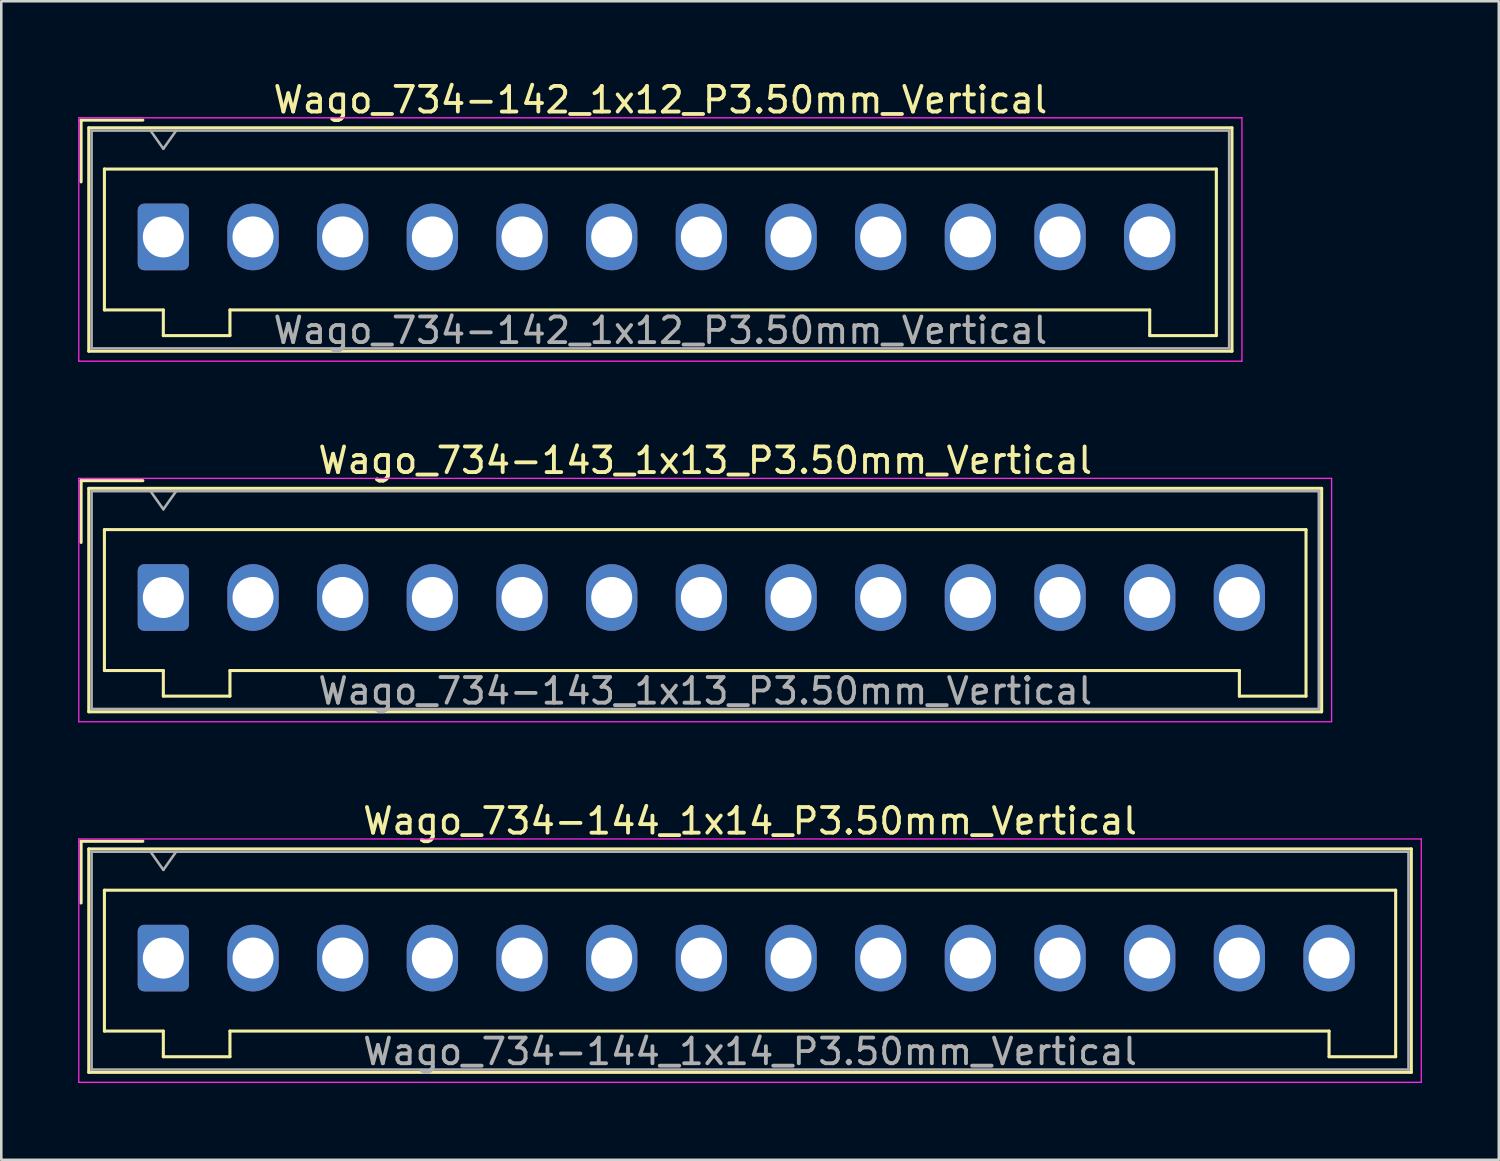
<source format=kicad_pcb>
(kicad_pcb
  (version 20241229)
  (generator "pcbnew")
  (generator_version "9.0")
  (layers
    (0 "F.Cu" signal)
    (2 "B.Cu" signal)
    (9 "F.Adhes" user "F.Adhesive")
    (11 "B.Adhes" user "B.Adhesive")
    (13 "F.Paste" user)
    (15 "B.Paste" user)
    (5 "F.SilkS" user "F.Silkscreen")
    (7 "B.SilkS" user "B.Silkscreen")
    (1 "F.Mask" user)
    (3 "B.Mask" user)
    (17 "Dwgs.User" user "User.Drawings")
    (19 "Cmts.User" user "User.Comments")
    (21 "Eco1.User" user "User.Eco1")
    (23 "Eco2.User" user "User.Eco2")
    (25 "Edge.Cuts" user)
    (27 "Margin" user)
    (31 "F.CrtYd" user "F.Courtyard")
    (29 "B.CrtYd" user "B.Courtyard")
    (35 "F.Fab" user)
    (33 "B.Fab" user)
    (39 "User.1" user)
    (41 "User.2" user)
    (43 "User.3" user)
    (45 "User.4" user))
  (footprint "Wago_734-142_1x12_P3.50mm_Vertical"
    (layer "F.Cu")
    (at 3.325 6.198)
    (property "Reference" "Wago_734-142_1x12_P3.50mm_Vertical" (at 19.4 -5.35 0) (layer "F.SilkS") (effects (font (size 1 1) (thickness 0.15))))
    (attr through_hole)
    (fp_line (start -3.21 -4.56) (end -0.8 -4.56) (stroke (width 0.12) (type solid)) (layer "F.SilkS"))
    (fp_line (start -3.21 -2.15) (end -3.21 -4.56) (stroke (width 0.12) (type solid)) (layer "F.SilkS"))
    (fp_line (start -2.91 -4.26) (end -2.91 4.46) (stroke (width 0.12) (type solid)) (layer "F.SilkS"))
    (fp_line (start -2.91 4.46) (end 41.71 4.46) (stroke (width 0.12) (type solid)) (layer "F.SilkS"))
    (fp_line (start -2.3 -2.65) (end -2.3 2.85) (stroke (width 0.12) (type solid)) (layer "F.SilkS"))
    (fp_line (start -2.3 2.85) (end 0 2.85) (stroke (width 0.12) (type solid)) (layer "F.SilkS"))
    (fp_line (start 0 2.85) (end 0 3.85) (stroke (width 0.12) (type solid)) (layer "F.SilkS"))
    (fp_line (start 0 3.85) (end 2.6 3.85) (stroke (width 0.12) (type solid)) (layer "F.SilkS"))
    (fp_line (start 2.6 2.85) (end 38.5 2.85) (stroke (width 0.12) (type solid)) (layer "F.SilkS"))
    (fp_line (start 2.6 3.85) (end 2.6 2.85) (stroke (width 0.12) (type solid)) (layer "F.SilkS"))
    (fp_line (start 38.5 2.85) (end 38.5 3.85) (stroke (width 0.12) (type solid)) (layer "F.SilkS"))
    (fp_line (start 38.5 3.85) (end 41.1 3.85) (stroke (width 0.12) (type solid)) (layer "F.SilkS"))
    (fp_line (start 41.1 -2.65) (end -2.3 -2.65) (stroke (width 0.12) (type solid)) (layer "F.SilkS"))
    (fp_line (start 41.1 3.85) (end 41.1 -2.65) (stroke (width 0.12) (type solid)) (layer "F.SilkS"))
    (fp_line (start 41.71 -4.26) (end -2.91 -4.26) (stroke (width 0.12) (type solid)) (layer "F.SilkS"))
    (fp_line (start 41.71 4.46) (end 41.71 -4.26) (stroke (width 0.12) (type solid)) (layer "F.SilkS"))
    (fp_line (start -3.3 -4.65) (end -3.3 4.85) (stroke (width 0.05) (type solid)) (layer "F.CrtYd"))
    (fp_line (start -3.3 4.85) (end 42.1 4.85) (stroke (width 0.05) (type solid)) (layer "F.CrtYd"))
    (fp_line (start 42.1 -4.65) (end -3.3 -4.65) (stroke (width 0.05) (type solid)) (layer "F.CrtYd"))
    (fp_line (start 42.1 4.85) (end 42.1 -4.65) (stroke (width 0.05) (type solid)) (layer "F.CrtYd"))
    (fp_line (start -2.8 -4.15) (end -2.8 4.35) (stroke (width 0.1) (type solid)) (layer "F.Fab"))
    (fp_line (start -2.8 4.35) (end 41.6 4.35) (stroke (width 0.1) (type solid)) (layer "F.Fab"))
    (fp_line (start -0.5 -4.15) (end 0 -3.443) (stroke (width 0.1) (type solid)) (layer "F.Fab"))
    (fp_line (start 0 -3.443) (end 0.5 -4.15) (stroke (width 0.1) (type solid)) (layer "F.Fab"))
    (fp_line (start 41.6 -4.15) (end -2.8 -4.15) (stroke (width 0.1) (type solid)) (layer "F.Fab"))
    (fp_line (start 41.6 4.35) (end 41.6 -4.15) (stroke (width 0.1) (type solid)) (layer "F.Fab"))
    (fp_text user "${REFERENCE}" (at 19.4 3.65 0) (layer "F.Fab") (effects (font (size 1 1) (thickness 0.15))))
    (pad "1" thru_hole roundrect (at 0 0) (size 2 2.6) (drill 1.6) (layers "*.Cu" "*.Mask") (roundrect_rratio 0.125))
    (pad "2" thru_hole oval (at 3.5 0) (size 2 2.6) (drill 1.6) (layers "*.Cu" "*.Mask"))
    (pad "3" thru_hole oval (at 7 0) (size 2 2.6) (drill 1.6) (layers "*.Cu" "*.Mask"))
    (pad "4" thru_hole oval (at 10.5 0) (size 2 2.6) (drill 1.6) (layers "*.Cu" "*.Mask"))
    (pad "5" thru_hole oval (at 14 0) (size 2 2.6) (drill 1.6) (layers "*.Cu" "*.Mask"))
    (pad "6" thru_hole oval (at 17.5 0) (size 2 2.6) (drill 1.6) (layers "*.Cu" "*.Mask"))
    (pad "7" thru_hole oval (at 21 0) (size 2 2.6) (drill 1.6) (layers "*.Cu" "*.Mask"))
    (pad "8" thru_hole oval (at 24.5 0) (size 2 2.6) (drill 1.6) (layers "*.Cu" "*.Mask"))
    (pad "9" thru_hole oval (at 28 0) (size 2 2.6) (drill 1.6) (layers "*.Cu" "*.Mask"))
    (pad "10" thru_hole oval (at 31.5 0) (size 2 2.6) (drill 1.6) (layers "*.Cu" "*.Mask"))
    (pad "11" thru_hole oval (at 35 0) (size 2 2.6) (drill 1.6) (layers "*.Cu" "*.Mask"))
    (pad "12" thru_hole oval (at 38.5 0) (size 2 2.6) (drill 1.6) (layers "*.Cu" "*.Mask")))
  (footprint "Wago_734-143_1x13_P3.50mm_Vertical"
    (layer "F.Cu")
    (at 3.325 20.271)
    (property "Reference" "Wago_734-143_1x13_P3.50mm_Vertical" (at 21.15 -5.35 0) (layer "F.SilkS") (effects (font (size 1 1) (thickness 0.15))))
    (attr through_hole)
    (fp_line (start -3.21 -4.56) (end -0.8 -4.56) (stroke (width 0.12) (type solid)) (layer "F.SilkS"))
    (fp_line (start -3.21 -2.15) (end -3.21 -4.56) (stroke (width 0.12) (type solid)) (layer "F.SilkS"))
    (fp_line (start -2.91 -4.26) (end -2.91 4.46) (stroke (width 0.12) (type solid)) (layer "F.SilkS"))
    (fp_line (start -2.91 4.46) (end 45.21 4.46) (stroke (width 0.12) (type solid)) (layer "F.SilkS"))
    (fp_line (start -2.3 -2.65) (end -2.3 2.85) (stroke (width 0.12) (type solid)) (layer "F.SilkS"))
    (fp_line (start -2.3 2.85) (end 0 2.85) (stroke (width 0.12) (type solid)) (layer "F.SilkS"))
    (fp_line (start 0 2.85) (end 0 3.85) (stroke (width 0.12) (type solid)) (layer "F.SilkS"))
    (fp_line (start 0 3.85) (end 2.6 3.85) (stroke (width 0.12) (type solid)) (layer "F.SilkS"))
    (fp_line (start 2.6 2.85) (end 42 2.85) (stroke (width 0.12) (type solid)) (layer "F.SilkS"))
    (fp_line (start 2.6 3.85) (end 2.6 2.85) (stroke (width 0.12) (type solid)) (layer "F.SilkS"))
    (fp_line (start 42 2.85) (end 42 3.85) (stroke (width 0.12) (type solid)) (layer "F.SilkS"))
    (fp_line (start 42 3.85) (end 44.6 3.85) (stroke (width 0.12) (type solid)) (layer "F.SilkS"))
    (fp_line (start 44.6 -2.65) (end -2.3 -2.65) (stroke (width 0.12) (type solid)) (layer "F.SilkS"))
    (fp_line (start 44.6 3.85) (end 44.6 -2.65) (stroke (width 0.12) (type solid)) (layer "F.SilkS"))
    (fp_line (start 45.21 -4.26) (end -2.91 -4.26) (stroke (width 0.12) (type solid)) (layer "F.SilkS"))
    (fp_line (start 45.21 4.46) (end 45.21 -4.26) (stroke (width 0.12) (type solid)) (layer "F.SilkS"))
    (fp_line (start -3.3 -4.65) (end -3.3 4.85) (stroke (width 0.05) (type solid)) (layer "F.CrtYd"))
    (fp_line (start -3.3 4.85) (end 45.6 4.85) (stroke (width 0.05) (type solid)) (layer "F.CrtYd"))
    (fp_line (start 45.6 -4.65) (end -3.3 -4.65) (stroke (width 0.05) (type solid)) (layer "F.CrtYd"))
    (fp_line (start 45.6 4.85) (end 45.6 -4.65) (stroke (width 0.05) (type solid)) (layer "F.CrtYd"))
    (fp_line (start -2.8 -4.15) (end -2.8 4.35) (stroke (width 0.1) (type solid)) (layer "F.Fab"))
    (fp_line (start -2.8 4.35) (end 45.1 4.35) (stroke (width 0.1) (type solid)) (layer "F.Fab"))
    (fp_line (start -0.5 -4.15) (end 0 -3.443) (stroke (width 0.1) (type solid)) (layer "F.Fab"))
    (fp_line (start 0 -3.443) (end 0.5 -4.15) (stroke (width 0.1) (type solid)) (layer "F.Fab"))
    (fp_line (start 45.1 -4.15) (end -2.8 -4.15) (stroke (width 0.1) (type solid)) (layer "F.Fab"))
    (fp_line (start 45.1 4.35) (end 45.1 -4.15) (stroke (width 0.1) (type solid)) (layer "F.Fab"))
    (fp_text user "${REFERENCE}" (at 21.15 3.65 0) (layer "F.Fab") (effects (font (size 1 1) (thickness 0.15))))
    (pad "1" thru_hole roundrect (at 0 0) (size 2 2.6) (drill 1.6) (layers "*.Cu" "*.Mask") (roundrect_rratio 0.125))
    (pad "2" thru_hole oval (at 3.5 0) (size 2 2.6) (drill 1.6) (layers "*.Cu" "*.Mask"))
    (pad "3" thru_hole oval (at 7 0) (size 2 2.6) (drill 1.6) (layers "*.Cu" "*.Mask"))
    (pad "4" thru_hole oval (at 10.5 0) (size 2 2.6) (drill 1.6) (layers "*.Cu" "*.Mask"))
    (pad "5" thru_hole oval (at 14 0) (size 2 2.6) (drill 1.6) (layers "*.Cu" "*.Mask"))
    (pad "6" thru_hole oval (at 17.5 0) (size 2 2.6) (drill 1.6) (layers "*.Cu" "*.Mask"))
    (pad "7" thru_hole oval (at 21 0) (size 2 2.6) (drill 1.6) (layers "*.Cu" "*.Mask"))
    (pad "8" thru_hole oval (at 24.5 0) (size 2 2.6) (drill 1.6) (layers "*.Cu" "*.Mask"))
    (pad "9" thru_hole oval (at 28 0) (size 2 2.6) (drill 1.6) (layers "*.Cu" "*.Mask"))
    (pad "10" thru_hole oval (at 31.5 0) (size 2 2.6) (drill 1.6) (layers "*.Cu" "*.Mask"))
    (pad "11" thru_hole oval (at 35 0) (size 2 2.6) (drill 1.6) (layers "*.Cu" "*.Mask"))
    (pad "12" thru_hole oval (at 38.5 0) (size 2 2.6) (drill 1.6) (layers "*.Cu" "*.Mask"))
    (pad "13" thru_hole oval (at 42 0) (size 2 2.6) (drill 1.6) (layers "*.Cu" "*.Mask")))
  (footprint "Wago_734-144_1x14_P3.50mm_Vertical"
    (layer "F.Cu")
    (at 3.325 34.345)
    (property "Reference" "Wago_734-144_1x14_P3.50mm_Vertical" (at 22.9 -5.35 0) (layer "F.SilkS") (effects (font (size 1 1) (thickness 0.15))))
    (attr through_hole)
    (fp_line (start -3.21 -4.56) (end -0.8 -4.56) (stroke (width 0.12) (type solid)) (layer "F.SilkS"))
    (fp_line (start -3.21 -2.15) (end -3.21 -4.56) (stroke (width 0.12) (type solid)) (layer "F.SilkS"))
    (fp_line (start -2.91 -4.26) (end -2.91 4.46) (stroke (width 0.12) (type solid)) (layer "F.SilkS"))
    (fp_line (start -2.91 4.46) (end 48.71 4.46) (stroke (width 0.12) (type solid)) (layer "F.SilkS"))
    (fp_line (start -2.3 -2.65) (end -2.3 2.85) (stroke (width 0.12) (type solid)) (layer "F.SilkS"))
    (fp_line (start -2.3 2.85) (end 0 2.85) (stroke (width 0.12) (type solid)) (layer "F.SilkS"))
    (fp_line (start 0 2.85) (end 0 3.85) (stroke (width 0.12) (type solid)) (layer "F.SilkS"))
    (fp_line (start 0 3.85) (end 2.6 3.85) (stroke (width 0.12) (type solid)) (layer "F.SilkS"))
    (fp_line (start 2.6 2.85) (end 45.5 2.85) (stroke (width 0.12) (type solid)) (layer "F.SilkS"))
    (fp_line (start 2.6 3.85) (end 2.6 2.85) (stroke (width 0.12) (type solid)) (layer "F.SilkS"))
    (fp_line (start 45.5 2.85) (end 45.5 3.85) (stroke (width 0.12) (type solid)) (layer "F.SilkS"))
    (fp_line (start 45.5 3.85) (end 48.1 3.85) (stroke (width 0.12) (type solid)) (layer "F.SilkS"))
    (fp_line (start 48.1 -2.65) (end -2.3 -2.65) (stroke (width 0.12) (type solid)) (layer "F.SilkS"))
    (fp_line (start 48.1 3.85) (end 48.1 -2.65) (stroke (width 0.12) (type solid)) (layer "F.SilkS"))
    (fp_line (start 48.71 -4.26) (end -2.91 -4.26) (stroke (width 0.12) (type solid)) (layer "F.SilkS"))
    (fp_line (start 48.71 4.46) (end 48.71 -4.26) (stroke (width 0.12) (type solid)) (layer "F.SilkS"))
    (fp_line (start -3.3 -4.65) (end -3.3 4.85) (stroke (width 0.05) (type solid)) (layer "F.CrtYd"))
    (fp_line (start -3.3 4.85) (end 49.1 4.85) (stroke (width 0.05) (type solid)) (layer "F.CrtYd"))
    (fp_line (start 49.1 -4.65) (end -3.3 -4.65) (stroke (width 0.05) (type solid)) (layer "F.CrtYd"))
    (fp_line (start 49.1 4.85) (end 49.1 -4.65) (stroke (width 0.05) (type solid)) (layer "F.CrtYd"))
    (fp_line (start -2.8 -4.15) (end -2.8 4.35) (stroke (width 0.1) (type solid)) (layer "F.Fab"))
    (fp_line (start -2.8 4.35) (end 48.6 4.35) (stroke (width 0.1) (type solid)) (layer "F.Fab"))
    (fp_line (start -0.5 -4.15) (end 0 -3.443) (stroke (width 0.1) (type solid)) (layer "F.Fab"))
    (fp_line (start 0 -3.443) (end 0.5 -4.15) (stroke (width 0.1) (type solid)) (layer "F.Fab"))
    (fp_line (start 48.6 -4.15) (end -2.8 -4.15) (stroke (width 0.1) (type solid)) (layer "F.Fab"))
    (fp_line (start 48.6 4.35) (end 48.6 -4.15) (stroke (width 0.1) (type solid)) (layer "F.Fab"))
    (fp_text user "${REFERENCE}" (at 22.9 3.65 0) (layer "F.Fab") (effects (font (size 1 1) (thickness 0.15))))
    (pad "1" thru_hole roundrect (at 0 0) (size 2 2.6) (drill 1.6) (layers "*.Cu" "*.Mask") (roundrect_rratio 0.125))
    (pad "2" thru_hole oval (at 3.5 0) (size 2 2.6) (drill 1.6) (layers "*.Cu" "*.Mask"))
    (pad "3" thru_hole oval (at 7 0) (size 2 2.6) (drill 1.6) (layers "*.Cu" "*.Mask"))
    (pad "4" thru_hole oval (at 10.5 0) (size 2 2.6) (drill 1.6) (layers "*.Cu" "*.Mask"))
    (pad "5" thru_hole oval (at 14 0) (size 2 2.6) (drill 1.6) (layers "*.Cu" "*.Mask"))
    (pad "6" thru_hole oval (at 17.5 0) (size 2 2.6) (drill 1.6) (layers "*.Cu" "*.Mask"))
    (pad "7" thru_hole oval (at 21 0) (size 2 2.6) (drill 1.6) (layers "*.Cu" "*.Mask"))
    (pad "8" thru_hole oval (at 24.5 0) (size 2 2.6) (drill 1.6) (layers "*.Cu" "*.Mask"))
    (pad "9" thru_hole oval (at 28 0) (size 2 2.6) (drill 1.6) (layers "*.Cu" "*.Mask"))
    (pad "10" thru_hole oval (at 31.5 0) (size 2 2.6) (drill 1.6) (layers "*.Cu" "*.Mask"))
    (pad "11" thru_hole oval (at 35 0) (size 2 2.6) (drill 1.6) (layers "*.Cu" "*.Mask"))
    (pad "12" thru_hole oval (at 38.5 0) (size 2 2.6) (drill 1.6) (layers "*.Cu" "*.Mask"))
    (pad "13" thru_hole oval (at 42 0) (size 2 2.6) (drill 1.6) (layers "*.Cu" "*.Mask"))
    (pad "14" thru_hole oval (at 45.5 0) (size 2 2.6) (drill 1.6) (layers "*.Cu" "*.Mask")))
  (gr_rect
    (start -3 -3)
    (end 55.45 42.22)
    (stroke (width 0.1) (type default))
    (fill no)
    (layer "Edge.Cuts")))
</source>
